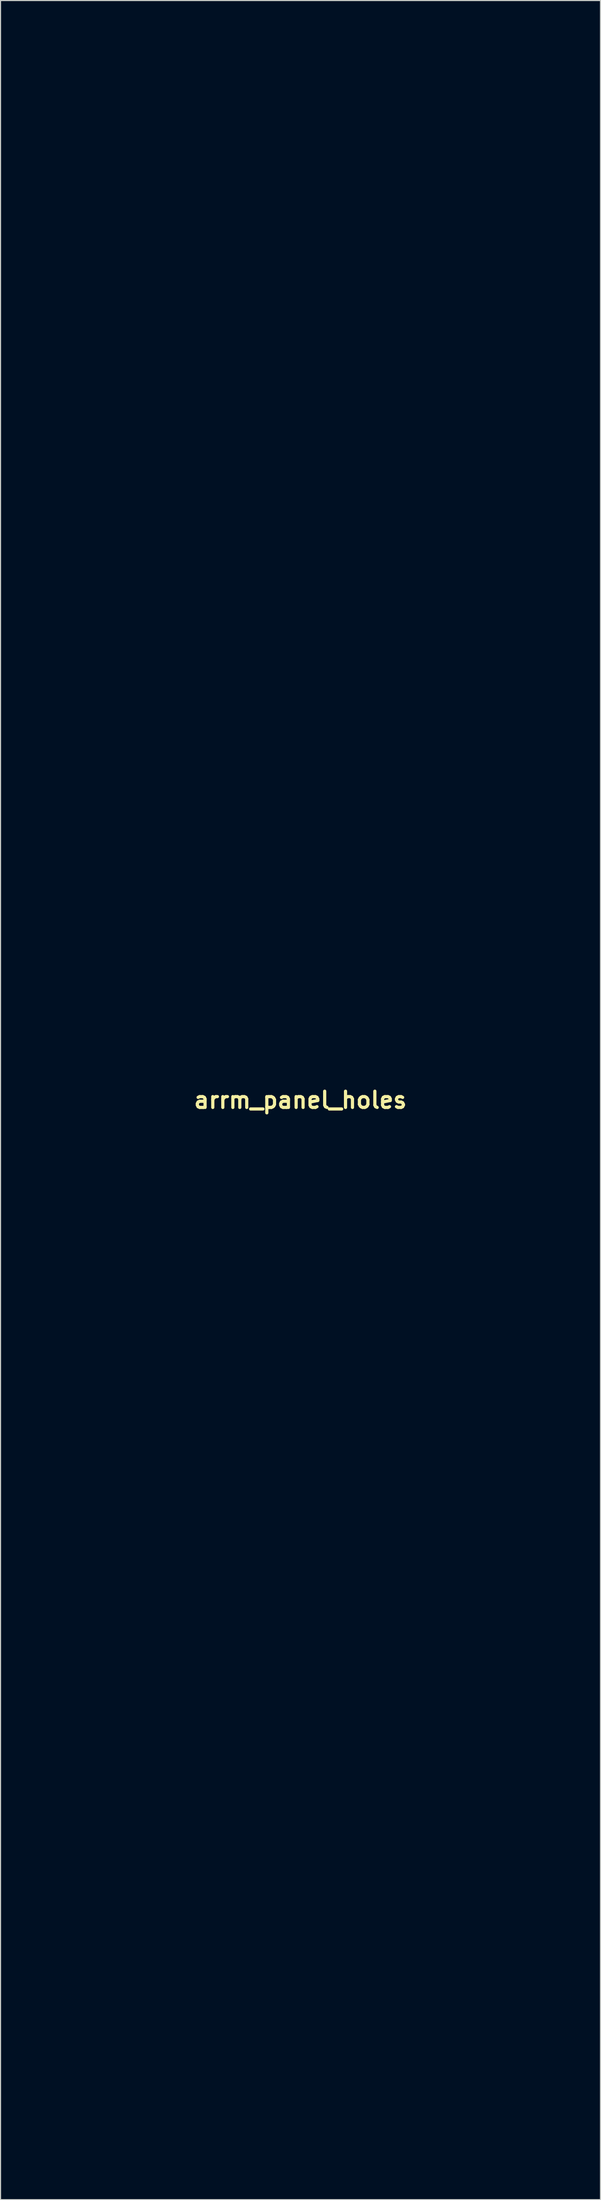
<source format=kicad_pcb>
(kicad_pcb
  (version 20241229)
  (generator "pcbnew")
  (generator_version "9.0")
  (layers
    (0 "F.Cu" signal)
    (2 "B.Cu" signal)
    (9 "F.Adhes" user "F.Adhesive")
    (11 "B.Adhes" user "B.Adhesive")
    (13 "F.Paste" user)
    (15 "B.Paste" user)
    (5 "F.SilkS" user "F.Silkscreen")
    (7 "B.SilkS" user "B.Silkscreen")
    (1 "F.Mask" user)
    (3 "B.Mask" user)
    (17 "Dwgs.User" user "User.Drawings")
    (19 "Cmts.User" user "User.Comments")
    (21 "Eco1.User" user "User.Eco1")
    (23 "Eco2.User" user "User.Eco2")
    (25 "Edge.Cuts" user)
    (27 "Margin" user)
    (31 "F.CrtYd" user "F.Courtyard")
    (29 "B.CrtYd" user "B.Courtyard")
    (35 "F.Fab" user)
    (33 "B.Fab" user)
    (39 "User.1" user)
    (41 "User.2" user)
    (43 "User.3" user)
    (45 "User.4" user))
  (footprint "arrm_panel_holes"
    (layer "F.Cu")
    (at 25.196 100.277)
    (property "Reference" "arrm_panel_holes" (at 0 0 0) (layer "F.SilkS") (effects (font (size 1.524 1.524) (thickness 0.3))))
    (attr board_only exclude_from_pos_files exclude_from_bom)
    (fp_poly (pts (xy -20.377 95.492) (xy -20.111 95.494) (xy -19.855 95.496) (xy -19.615 95.5) (xy -19.397 95.504) (xy -19.205 95.51) (xy -19.045 95.516) (xy -18.923 95.524) (xy -18.844 95.533) (xy -18.828 95.536) (xy -18.563 95.629) (xy -18.321 95.765) (xy -18.105 95.939) (xy -17.922 96.146) (xy -17.775 96.381) (xy -17.67 96.639) (xy -17.653 96.7) (xy -17.618 96.903) (xy -17.611 97.127) (xy -17.631 97.354) (xy -17.677 97.561) (xy -17.681 97.576) (xy -17.791 97.836) (xy -17.942 98.069) (xy -18.128 98.271) (xy -18.347 98.439) (xy -18.593 98.567) (xy -18.863 98.654) (xy -18.97 98.675) (xy -19.027 98.68) (xy -19.129 98.684) (xy -19.27 98.688) (xy -19.445 98.691) (xy -19.649 98.694) (xy -19.874 98.696) (xy -20.116 98.697) (xy -20.37 98.698) (xy -20.628 98.698) (xy -20.887 98.698) (xy -21.139 98.697) (xy -21.38 98.696) (xy -21.603 98.693) (xy -21.803 98.691) (xy -21.975 98.687) (xy -22.112 98.684) (xy -22.209 98.679) (xy -22.258 98.675) (xy -22.528 98.605) (xy -22.78 98.492) (xy -23.007 98.34) (xy -23.204 98.153) (xy -23.366 97.936) (xy -23.434 97.812) (xy -23.514 97.631) (xy -23.566 97.469) (xy -23.595 97.306) (xy -23.606 97.122) (xy -23.606 97.074) (xy -23.581 96.802) (xy -23.51 96.542) (xy -23.397 96.299) (xy -23.246 96.079) (xy -23.062 95.886) (xy -22.848 95.727) (xy -22.609 95.605) (xy -22.386 95.535) (xy -22.321 95.526) (xy -22.211 95.518) (xy -22.062 95.511) (xy -21.879 95.506) (xy -21.667 95.501) (xy -21.433 95.497) (xy -21.181 95.494) (xy -20.918 95.493) (xy -20.648 95.492)) (stroke (width 0.1) (type solid)) (fill no) (layer "Eco1.User"))
    (fp_poly (pts (xy 0.402 -31.507) (xy 0.773 -31.446) (xy 1.135 -31.342) (xy 1.498 -31.191) (xy 1.564 -31.159) (xy 1.882 -30.983) (xy 2.165 -30.787) (xy 2.427 -30.559) (xy 2.548 -30.437) (xy 2.822 -30.113) (xy 3.052 -29.764) (xy 3.238 -29.39) (xy 3.378 -28.995) (xy 3.471 -28.582) (xy 3.491 -28.413) (xy 3.502 -28.211) (xy 3.504 -27.992) (xy 3.497 -27.771) (xy 3.482 -27.563) (xy 3.459 -27.382) (xy 3.445 -27.307) (xy 3.331 -26.903) (xy 3.175 -26.522) (xy 2.979 -26.168) (xy 2.746 -25.842) (xy 2.481 -25.546) (xy 2.185 -25.283) (xy 1.862 -25.055) (xy 1.515 -24.865) (xy 1.147 -24.715) (xy 0.762 -24.607) (xy 0.362 -24.543) (xy -0.049 -24.527) (xy -0.28 -24.538) (xy -0.692 -24.597) (xy -1.088 -24.702) (xy -1.465 -24.851) (xy -1.819 -25.041) (xy -2.148 -25.27) (xy -2.448 -25.535) (xy -2.717 -25.833) (xy -2.951 -26.162) (xy -3.149 -26.519) (xy -3.306 -26.902) (xy -3.42 -27.307) (xy -3.446 -27.468) (xy -3.465 -27.665) (xy -3.476 -27.881) (xy -3.476 -27.892) (xy -2.492 -27.892) (xy -0.127 -27.892) (xy -0.127 -25.527) (xy 0.153 -25.527) (xy 0.153 -27.892) (xy 2.517 -27.892) (xy 2.517 -28.146) (xy 0.153 -28.146) (xy 0.14 -30.523) (xy -0.114 -30.523) (xy -0.128 -28.146) (xy -2.492 -28.146) (xy -2.492 -27.892) (xy -3.476 -27.892) (xy -3.479 -28.103) (xy -3.472 -28.315) (xy -3.457 -28.503) (xy -3.446 -28.582) (xy -3.352 -28.998) (xy -3.211 -29.393) (xy -3.025 -29.767) (xy -2.795 -30.116) (xy -2.523 -30.437) (xy -2.266 -30.683) (xy -1.995 -30.893) (xy -1.695 -31.077) (xy -1.538 -31.159) (xy -1.174 -31.318) (xy -0.813 -31.431) (xy -0.444 -31.5) (xy -0.059 -31.527) (xy 0.013 -31.527)) (stroke (width 0.1) (type solid)) (fill no) (layer "Eco1.User"))
    (fp_poly (pts (xy 21.003 95.497) (xy 21.336 95.498) (xy 21.62 95.5) (xy 21.858 95.503) (xy 22.05 95.507) (xy 22.198 95.512) (xy 22.303 95.517) (xy 22.367 95.524) (xy 22.376 95.525) (xy 22.627 95.603) (xy 22.865 95.726) (xy 23.084 95.888) (xy 23.275 96.084) (xy 23.402 96.261) (xy 23.526 96.507) (xy 23.602 96.771) (xy 23.63 97.051) (xy 23.63 97.062) (xy 23.625 97.255) (xy 23.603 97.42) (xy 23.56 97.577) (xy 23.49 97.747) (xy 23.46 97.812) (xy 23.322 98.039) (xy 23.143 98.242) (xy 22.929 98.415) (xy 22.686 98.554) (xy 22.451 98.644) (xy 22.417 98.652) (xy 22.376 98.66) (xy 22.323 98.666) (xy 22.255 98.672) (xy 22.167 98.676) (xy 22.056 98.68) (xy 21.918 98.683) (xy 21.748 98.685) (xy 21.542 98.687) (xy 21.297 98.689) (xy 21.009 98.69) (xy 20.709 98.691) (xy 20.424 98.692) (xy 20.151 98.692) (xy 19.895 98.691) (xy 19.66 98.69) (xy 19.452 98.688) (xy 19.275 98.685) (xy 19.133 98.682) (xy 19.033 98.678) (xy 18.977 98.674) (xy 18.974 98.674) (xy 18.703 98.602) (xy 18.451 98.487) (xy 18.224 98.331) (xy 18.026 98.139) (xy 17.863 97.916) (xy 17.739 97.666) (xy 17.707 97.576) (xy 17.659 97.37) (xy 17.637 97.144) (xy 17.642 96.919) (xy 17.675 96.714) (xy 17.678 96.7) (xy 17.772 96.439) (xy 17.909 96.198) (xy 18.084 95.984) (xy 18.291 95.803) (xy 18.522 95.662) (xy 18.588 95.63) (xy 18.647 95.602) (xy 18.705 95.579) (xy 18.764 95.559) (xy 18.83 95.543) (xy 18.906 95.53) (xy 18.997 95.519) (xy 19.107 95.511) (xy 19.24 95.506) (xy 19.4 95.502) (xy 19.592 95.499) (xy 19.819 95.498) (xy 20.086 95.497) (xy 20.397 95.497) (xy 20.621 95.497)) (stroke (width 0.1) (type solid)) (fill no) (layer "Eco1.User"))
    (fp_poly (pts (xy 20.367 -98.697) (xy 20.707 -98.695) (xy 20.749 -98.695) (xy 21.08 -98.693) (xy 21.365 -98.691) (xy 21.608 -98.689) (xy 21.812 -98.686) (xy 21.984 -98.682) (xy 22.126 -98.677) (xy 22.243 -98.669) (xy 22.34 -98.66) (xy 22.421 -98.647) (xy 22.49 -98.631) (xy 22.552 -98.612) (xy 22.61 -98.589) (xy 22.67 -98.562) (xy 22.736 -98.529) (xy 22.781 -98.507) (xy 22.982 -98.383) (xy 23.169 -98.218) (xy 23.332 -98.025) (xy 23.458 -97.815) (xy 23.46 -97.812) (xy 23.539 -97.633) (xy 23.591 -97.473) (xy 23.62 -97.313) (xy 23.63 -97.131) (xy 23.63 -97.062) (xy 23.604 -96.779) (xy 23.531 -96.515) (xy 23.41 -96.271) (xy 23.243 -96.045) (xy 23.051 -95.857) (xy 22.922 -95.764) (xy 22.764 -95.675) (xy 22.594 -95.597) (xy 22.433 -95.541) (xy 22.362 -95.524) (xy 22.309 -95.519) (xy 22.21 -95.514) (xy 22.072 -95.509) (xy 21.9 -95.505) (xy 21.7 -95.501) (xy 21.477 -95.497) (xy 21.236 -95.494) (xy 20.984 -95.492) (xy 20.726 -95.49) (xy 20.468 -95.488) (xy 20.215 -95.488) (xy 19.972 -95.488) (xy 19.746 -95.488) (xy 19.543 -95.49) (xy 19.366 -95.492) (xy 19.224 -95.495) (xy 19.12 -95.499) (xy 19.078 -95.501) (xy 18.81 -95.55) (xy 18.557 -95.644) (xy 18.324 -95.78) (xy 18.116 -95.952) (xy 17.938 -96.157) (xy 17.796 -96.39) (xy 17.693 -96.647) (xy 17.678 -96.7) (xy 17.644 -96.903) (xy 17.637 -97.127) (xy 17.656 -97.354) (xy 17.702 -97.561) (xy 17.707 -97.576) (xy 17.814 -97.828) (xy 17.962 -98.059) (xy 18.145 -98.262) (xy 18.359 -98.431) (xy 18.595 -98.561) (xy 18.693 -98.6) (xy 18.756 -98.62) (xy 18.818 -98.638) (xy 18.884 -98.653) (xy 18.959 -98.666) (xy 19.047 -98.676) (xy 19.151 -98.684) (xy 19.277 -98.69) (xy 19.428 -98.694) (xy 19.608 -98.697) (xy 19.822 -98.698) (xy 20.074 -98.698)) (stroke (width 0.1) (type solid)) (fill no) (layer "Eco1.User"))
    (fp_poly (pts (xy -19.605 -98.697) (xy -19.421 -98.694) (xy -19.267 -98.69) (xy -19.139 -98.685) (xy -19.032 -98.677) (xy -18.943 -98.667) (xy -18.867 -98.655) (xy -18.8 -98.64) (xy -18.737 -98.622) (xy -18.675 -98.602) (xy -18.668 -98.6) (xy -18.424 -98.487) (xy -18.2 -98.333) (xy -18.004 -98.142) (xy -17.842 -97.921) (xy -17.718 -97.677) (xy -17.681 -97.576) (xy -17.633 -97.366) (xy -17.611 -97.136) (xy -17.618 -96.906) (xy -17.654 -96.697) (xy -17.654 -96.696) (xy -17.738 -96.465) (xy -17.862 -96.242) (xy -18.018 -96.036) (xy -18.2 -95.857) (xy -18.398 -95.714) (xy -18.484 -95.667) (xy -18.555 -95.633) (xy -18.618 -95.604) (xy -18.68 -95.579) (xy -18.743 -95.559) (xy -18.813 -95.542) (xy -18.894 -95.528) (xy -18.99 -95.518) (xy -19.106 -95.509) (xy -19.246 -95.503) (xy -19.415 -95.499) (xy -19.617 -95.496) (xy -19.856 -95.494) (xy -20.136 -95.492) (xy -20.463 -95.491) (xy -20.483 -95.491) (xy -20.758 -95.49) (xy -21.019 -95.489) (xy -21.263 -95.489) (xy -21.485 -95.489) (xy -21.679 -95.489) (xy -21.84 -95.489) (xy -21.965 -95.49) (xy -22.048 -95.491) (xy -22.082 -95.492) (xy -22.37 -95.533) (xy -22.638 -95.622) (xy -22.885 -95.756) (xy -23.111 -95.938) (xy -23.161 -95.986) (xy -23.34 -96.204) (xy -23.474 -96.443) (xy -23.562 -96.703) (xy -23.602 -96.98) (xy -23.605 -97.062) (xy -23.6 -97.255) (xy -23.578 -97.42) (xy -23.534 -97.577) (xy -23.465 -97.747) (xy -23.434 -97.812) (xy -23.296 -98.039) (xy -23.118 -98.242) (xy -22.904 -98.415) (xy -22.661 -98.553) (xy -22.425 -98.644) (xy -22.391 -98.653) (xy -22.349 -98.66) (xy -22.294 -98.667) (xy -22.224 -98.672) (xy -22.133 -98.677) (xy -22.018 -98.681) (xy -21.875 -98.684) (xy -21.7 -98.687) (xy -21.488 -98.689) (xy -21.236 -98.692) (xy -20.94 -98.694) (xy -20.724 -98.695) (xy -20.378 -98.697) (xy -20.08 -98.698) (xy -19.823 -98.698)) (stroke (width 0.1) (type solid)) (fill no) (layer "Eco1.User"))
    (fp_poly (pts (xy -12.169 70.08) (xy -11.703 70.132) (xy -11.242 70.228) (xy -10.792 70.367) (xy -10.353 70.55) (xy -9.931 70.776) (xy -9.529 71.045) (xy -9.148 71.357) (xy -8.96 71.537) (xy -8.621 71.913) (xy -8.323 72.318) (xy -8.07 72.747) (xy -7.861 73.199) (xy -7.697 73.671) (xy -7.58 74.162) (xy -7.523 74.552) (xy -7.509 74.746) (xy -7.504 74.973) (xy -7.507 75.217) (xy -7.519 75.463) (xy -7.538 75.695) (xy -7.563 75.898) (xy -7.574 75.959) (xy -7.692 76.455) (xy -7.855 76.931) (xy -8.063 77.383) (xy -8.313 77.81) (xy -8.603 78.209) (xy -8.932 78.578) (xy -9.298 78.914) (xy -9.699 79.216) (xy -10.134 79.48) (xy -10.201 79.516) (xy -10.644 79.721) (xy -11.102 79.878) (xy -11.577 79.988) (xy -12.07 80.052) (xy -12.582 80.069) (xy -12.814 80.062) (xy -13.294 80.013) (xy -13.763 79.916) (xy -14.217 79.774) (xy -14.655 79.589) (xy -15.072 79.363) (xy -15.466 79.099) (xy -15.834 78.799) (xy -16.173 78.465) (xy -16.48 78.1) (xy -16.753 77.707) (xy -16.987 77.287) (xy -17.181 76.843) (xy -17.316 76.434) (xy -17.426 75.949) (xy -17.488 75.46) (xy -17.495 75.208) (xy -15.001 75.208) (xy -12.636 75.208) (xy -12.636 77.573) (xy -12.357 77.573) (xy -12.357 75.208) (xy -9.99 75.208) (xy -9.997 75.075) (xy -10.005 74.941) (xy -12.356 74.928) (xy -12.363 73.753) (xy -12.369 72.577) (xy -12.503 72.569) (xy -12.636 72.562) (xy -12.636 74.929) (xy -15.001 74.929) (xy -15.001 75.208) (xy -17.495 75.208) (xy -17.502 74.972) (xy -17.468 74.488) (xy -17.389 74.012) (xy -17.265 73.546) (xy -17.097 73.095) (xy -16.886 72.662) (xy -16.633 72.249) (xy -16.34 71.861) (xy -16.007 71.501) (xy -15.729 71.25) (xy -15.331 70.948) (xy -14.914 70.691) (xy -14.479 70.478) (xy -14.031 70.31) (xy -13.573 70.186) (xy -13.107 70.107) (xy -12.638 70.071)) (stroke (width 0.1) (type solid)) (fill no) (layer "Eco1.User"))
    (fp_poly (pts (xy 13.024 70.097) (xy 13.512 70.169) (xy 13.984 70.286) (xy 14.437 70.447) (xy 14.868 70.648) (xy 15.277 70.889) (xy 15.659 71.167) (xy 16.013 71.48) (xy 16.337 71.826) (xy 16.627 72.203) (xy 16.882 72.608) (xy 17.098 73.041) (xy 17.275 73.497) (xy 17.408 73.977) (xy 17.48 74.358) (xy 17.503 74.56) (xy 17.517 74.796) (xy 17.522 75.05) (xy 17.518 75.305) (xy 17.506 75.545) (xy 17.484 75.755) (xy 17.481 75.78) (xy 17.383 76.274) (xy 17.239 76.749) (xy 17.053 77.202) (xy 16.825 77.631) (xy 16.558 78.033) (xy 16.254 78.407) (xy 15.917 78.75) (xy 15.547 79.059) (xy 15.148 79.332) (xy 14.721 79.566) (xy 14.269 79.76) (xy 13.795 79.911) (xy 13.507 79.978) (xy 13.177 80.03) (xy 12.817 80.061) (xy 12.445 80.069) (xy 12.217 80.062) (xy 11.738 80.012) (xy 11.265 79.913) (xy 10.801 79.767) (xy 10.351 79.575) (xy 9.919 79.34) (xy 9.51 79.063) (xy 9.211 78.82) (xy 8.861 78.48) (xy 8.547 78.106) (xy 8.27 77.702) (xy 8.034 77.271) (xy 7.839 76.818) (xy 7.689 76.347) (xy 7.584 75.861) (xy 7.55 75.616) (xy 7.535 75.423) (xy 7.529 75.208) (xy 10.015 75.208) (xy 12.382 75.208) (xy 12.382 77.573) (xy 12.662 77.573) (xy 12.662 75.208) (xy 15.026 75.208) (xy 15.026 74.929) (xy 12.662 74.929) (xy 12.662 72.562) (xy 12.528 72.569) (xy 12.395 72.577) (xy 12.388 73.753) (xy 12.382 74.928) (xy 10.03 74.941) (xy 10.023 75.075) (xy 10.015 75.208) (xy 7.529 75.208) (xy 7.529 75.196) (xy 7.532 74.951) (xy 7.542 74.703) (xy 7.56 74.468) (xy 7.585 74.261) (xy 7.599 74.179) (xy 7.716 73.689) (xy 7.877 73.221) (xy 8.08 72.777) (xy 8.321 72.359) (xy 8.599 71.97) (xy 8.911 71.611) (xy 9.255 71.284) (xy 9.627 70.991) (xy 10.027 70.735) (xy 10.45 70.518) (xy 10.895 70.341) (xy 11.359 70.207) (xy 11.84 70.118) (xy 12.336 70.076) (xy 12.522 70.072)) (stroke (width 0.1) (type solid)) (fill no) (layer "Eco1.User"))
    (fp_poly (pts (xy -12.353 45.056) (xy -12.123 45.064) (xy -11.917 45.079) (xy -11.8 45.092) (xy -11.302 45.188) (xy -10.824 45.331) (xy -10.365 45.52) (xy -9.928 45.755) (xy -9.514 46.035) (xy -9.125 46.359) (xy -8.962 46.515) (xy -8.621 46.891) (xy -8.324 47.293) (xy -8.07 47.722) (xy -7.86 48.175) (xy -7.695 48.651) (xy -7.576 49.148) (xy -7.574 49.159) (xy -7.546 49.348) (xy -7.525 49.572) (xy -7.51 49.815) (xy -7.504 50.062) (xy -7.506 50.296) (xy -7.517 50.504) (xy -7.523 50.567) (xy -7.603 51.069) (xy -7.73 51.555) (xy -7.904 52.023) (xy -8.122 52.469) (xy -8.385 52.892) (xy -8.69 53.288) (xy -8.945 53.566) (xy -9.315 53.904) (xy -9.714 54.202) (xy -10.139 54.458) (xy -10.585 54.671) (xy -11.05 54.838) (xy -11.531 54.957) (xy -11.837 55.008) (xy -12.037 55.027) (xy -12.269 55.039) (xy -12.516 55.042) (xy -12.762 55.038) (xy -12.99 55.026) (xy -13.178 55.007) (xy -13.666 54.916) (xy -14.135 54.779) (xy -14.583 54.598) (xy -15.008 54.378) (xy -15.409 54.119) (xy -15.781 53.824) (xy -16.123 53.496) (xy -16.434 53.138) (xy -16.709 52.751) (xy -16.947 52.339) (xy -17.146 51.904) (xy -17.303 51.448) (xy -17.416 50.975) (xy -17.483 50.485) (xy -17.49 50.389) (xy -17.494 50.19) (xy -15.001 50.19) (xy -12.636 50.19) (xy -12.636 52.557) (xy -12.503 52.549) (xy -12.369 52.542) (xy -12.356 50.19) (xy -10.005 50.177) (xy -9.997 50.044) (xy -9.99 49.91) (xy -12.357 49.91) (xy -12.357 47.546) (xy -12.636 47.546) (xy -12.636 49.91) (xy -15.001 49.91) (xy -15.001 50.19) (xy -17.494 50.19) (xy -17.499 49.888) (xy -17.459 49.397) (xy -17.374 48.92) (xy -17.244 48.459) (xy -17.072 48.015) (xy -16.86 47.593) (xy -16.61 47.194) (xy -16.325 46.821) (xy -16.005 46.476) (xy -15.653 46.161) (xy -15.271 45.881) (xy -14.862 45.636) (xy -14.427 45.429) (xy -13.967 45.263) (xy -13.486 45.141) (xy -13.217 45.094) (xy -13.039 45.074) (xy -12.826 45.061) (xy -12.592 45.055)) (stroke (width 0.1) (type solid)) (fill no) (layer "Eco1.User"))
    (fp_poly (pts (xy 0.381 10.534) (xy 0.72 10.58) (xy 1.043 10.662) (xy 1.363 10.782) (xy 1.564 10.875) (xy 1.932 11.086) (xy 2.268 11.334) (xy 2.568 11.617) (xy 2.831 11.932) (xy 3.055 12.277) (xy 3.237 12.649) (xy 3.377 13.045) (xy 3.472 13.462) (xy 3.474 13.475) (xy 3.491 13.622) (xy 3.5 13.802) (xy 3.503 14.003) (xy 3.498 14.209) (xy 3.487 14.407) (xy 3.47 14.584) (xy 3.448 14.724) (xy 3.446 14.732) (xy 3.329 15.14) (xy 3.168 15.525) (xy 2.967 15.885) (xy 2.728 16.217) (xy 2.454 16.518) (xy 2.149 16.785) (xy 1.814 17.015) (xy 1.452 17.207) (xy 1.067 17.356) (xy 0.685 17.455) (xy 0.567 17.473) (xy 0.412 17.488) (xy 0.236 17.498) (xy 0.052 17.505) (xy -0.126 17.507) (xy -0.284 17.504) (xy -0.409 17.495) (xy -0.43 17.492) (xy -0.849 17.409) (xy -1.248 17.28) (xy -1.624 17.108) (xy -1.974 16.896) (xy -2.296 16.646) (xy -2.586 16.359) (xy -2.842 16.039) (xy -3.06 15.688) (xy -3.24 15.307) (xy -3.318 15.094) (xy -3.389 14.854) (xy -3.439 14.624) (xy -3.468 14.389) (xy -3.479 14.137) (xy -2.492 14.137) (xy -0.127 14.137) (xy -0.127 15.315) (xy -0.127 15.555) (xy -0.126 15.779) (xy -0.124 15.983) (xy -0.122 16.16) (xy -0.119 16.307) (xy -0.116 16.418) (xy -0.112 16.488) (xy -0.109 16.511) (xy -0.075 16.52) (xy -0.009 16.523) (xy 0.024 16.521) (xy 0.14 16.514) (xy 0.146 15.325) (xy 0.153 14.137) (xy 2.517 14.137) (xy 2.517 13.882) (xy 0.153 13.882) (xy 0.153 11.518) (xy -0.127 11.518) (xy -0.127 13.882) (xy -2.492 13.882) (xy -2.492 14.137) (xy -3.479 14.137) (xy -3.479 14.135) (xy -3.476 13.885) (xy -3.47 13.71) (xy -3.46 13.571) (xy -3.447 13.453) (xy -3.428 13.342) (xy -3.401 13.222) (xy -3.386 13.164) (xy -3.256 12.76) (xy -3.084 12.379) (xy -2.87 12.026) (xy -2.618 11.702) (xy -2.329 11.411) (xy -2.007 11.155) (xy -1.653 10.938) (xy -1.493 10.857) (xy -1.201 10.73) (xy -0.929 10.637) (xy -0.66 10.572) (xy -0.381 10.534) (xy -0.075 10.519) (xy 0.013 10.519)) (stroke (width 0.1) (type solid)) (fill no) (layer "Eco1.User"))
    (fp_poly (pts (xy 0.327 -73.551) (xy 0.613 -73.517) (xy 0.891 -73.457) (xy 1.11 -73.391) (xy 1.503 -73.233) (xy 1.869 -73.034) (xy 2.205 -72.796) (xy 2.509 -72.522) (xy 2.778 -72.214) (xy 3.011 -71.875) (xy 3.204 -71.509) (xy 3.355 -71.118) (xy 3.445 -70.784) (xy 3.472 -70.624) (xy 3.491 -70.429) (xy 3.501 -70.213) (xy 3.504 -69.992) (xy 3.498 -69.78) (xy 3.483 -69.592) (xy 3.472 -69.509) (xy 3.389 -69.144) (xy 3.264 -68.776) (xy 3.102 -68.42) (xy 2.908 -68.09) (xy 2.89 -68.064) (xy 2.787 -67.928) (xy 2.654 -67.775) (xy 2.501 -67.615) (xy 2.339 -67.46) (xy 2.18 -67.319) (xy 2.035 -67.205) (xy 1.983 -67.169) (xy 1.625 -66.958) (xy 1.26 -66.794) (xy 0.879 -66.672) (xy 0.725 -66.635) (xy 0.612 -66.617) (xy 0.464 -66.601) (xy 0.295 -66.587) (xy 0.116 -66.577) (xy -0.058 -66.572) (xy -0.215 -66.571) (xy -0.34 -66.576) (xy -0.381 -66.58) (xy -0.796 -66.657) (xy -1.194 -66.779) (xy -1.572 -66.946) (xy -1.926 -67.153) (xy -2.253 -67.399) (xy -2.549 -67.68) (xy -2.811 -67.996) (xy -3.035 -68.342) (xy -3.112 -68.486) (xy -3.233 -68.758) (xy -3.337 -69.054) (xy -3.416 -69.352) (xy -3.446 -69.509) (xy -3.466 -69.678) (xy -3.477 -69.879) (xy -3.477 -69.945) (xy -2.492 -69.945) (xy -0.127 -69.945) (xy -0.127 -68.767) (xy -0.127 -68.527) (xy -0.126 -68.303) (xy -0.124 -68.099) (xy -0.122 -67.921) (xy -0.119 -67.775) (xy -0.116 -67.664) (xy -0.112 -67.594) (xy -0.109 -67.571) (xy -0.075 -67.562) (xy -0.009 -67.559) (xy 0.024 -67.561) (xy 0.14 -67.568) (xy 0.146 -68.757) (xy 0.153 -69.945) (xy 2.517 -69.945) (xy 2.517 -70.2) (xy 0.153 -70.2) (xy 0.153 -72.564) (xy -0.127 -72.564) (xy -0.127 -70.2) (xy -2.492 -70.2) (xy -2.492 -69.945) (xy -3.477 -69.945) (xy -3.478 -70.097) (xy -3.472 -70.318) (xy -3.457 -70.526) (xy -3.435 -70.706) (xy -3.42 -70.784) (xy -3.305 -71.194) (xy -3.146 -71.581) (xy -2.946 -71.942) (xy -2.706 -72.275) (xy -2.429 -72.577) (xy -2.119 -72.844) (xy -1.777 -73.075) (xy -1.405 -73.267) (xy -1.084 -73.391) (xy -0.801 -73.474) (xy -0.523 -73.528) (xy -0.232 -73.556) (xy 0.013 -73.562)) (stroke (width 0.1) (type solid)) (fill no) (layer "Eco1.User"))
    (fp_poly (pts (xy 12.854 45.064) (xy 13.116 45.083) (xy 13.354 45.111) (xy 13.518 45.14) (xy 13.937 45.246) (xy 14.329 45.38) (xy 14.709 45.547) (xy 15.154 45.794) (xy 15.568 46.078) (xy 15.947 46.398) (xy 16.29 46.751) (xy 16.595 47.135) (xy 16.861 47.547) (xy 17.085 47.985) (xy 17.267 48.446) (xy 17.404 48.929) (xy 17.481 49.338) (xy 17.503 49.542) (xy 17.517 49.78) (xy 17.522 50.034) (xy 17.518 50.289) (xy 17.505 50.528) (xy 17.484 50.736) (xy 17.48 50.761) (xy 17.381 51.256) (xy 17.236 51.73) (xy 17.049 52.183) (xy 16.822 52.611) (xy 16.556 53.012) (xy 16.254 53.385) (xy 15.919 53.726) (xy 15.553 54.033) (xy 15.158 54.304) (xy 14.736 54.537) (xy 14.29 54.73) (xy 13.822 54.88) (xy 13.335 54.985) (xy 13.175 55.008) (xy 12.934 55.031) (xy 12.663 55.042) (xy 12.381 55.041) (xy 12.106 55.029) (xy 11.856 55.005) (xy 11.785 54.995) (xy 11.284 54.893) (xy 10.804 54.745) (xy 10.345 54.551) (xy 9.91 54.313) (xy 9.499 54.032) (xy 9.116 53.707) (xy 9.005 53.6) (xy 8.727 53.303) (xy 8.485 53) (xy 8.27 52.677) (xy 8.073 52.321) (xy 8.018 52.211) (xy 7.829 51.773) (xy 7.687 51.332) (xy 7.59 50.882) (xy 7.538 50.415) (xy 7.526 50.046) (xy 7.532 49.91) (xy 10.015 49.91) (xy 10.023 50.044) (xy 10.03 50.177) (xy 11.206 50.184) (xy 12.382 50.19) (xy 12.382 51.355) (xy 12.383 51.594) (xy 12.384 51.817) (xy 12.385 52.019) (xy 12.387 52.195) (xy 12.39 52.34) (xy 12.393 52.449) (xy 12.396 52.516) (xy 12.399 52.537) (xy 12.433 52.547) (xy 12.498 52.553) (xy 12.539 52.554) (xy 12.662 52.554) (xy 12.662 50.19) (xy 15.026 50.19) (xy 15.026 49.91) (xy 12.662 49.91) (xy 12.662 47.546) (xy 12.382 47.546) (xy 12.382 49.91) (xy 10.015 49.91) (xy 7.532 49.91) (xy 7.55 49.537) (xy 7.623 49.044) (xy 7.744 48.566) (xy 7.914 48.103) (xy 8.133 47.654) (xy 8.364 47.274) (xy 8.663 46.869) (xy 8.997 46.5) (xy 9.364 46.169) (xy 9.761 45.877) (xy 10.185 45.626) (xy 10.634 45.417) (xy 11.107 45.252) (xy 11.6 45.132) (xy 11.848 45.09) (xy 12.064 45.068) (xy 12.313 45.056) (xy 12.581 45.055)) (stroke (width 0.1) (type solid)) (fill no) (layer "Eco1.User"))
    (fp_poly (pts (xy 25.171 100.227) (xy -25.146 100.227) (xy -25.146 47.954) (xy -24.887 47.954) (xy -24.887 49.803) (xy -24.887 51.627) (xy -24.887 53.426) (xy -24.887 55.2) (xy -24.887 56.948) (xy -24.887 58.67) (xy -24.887 60.364) (xy -24.887 62.031) (xy -24.887 63.67) (xy -24.887 65.28) (xy -24.886 66.861) (xy -24.886 68.412) (xy -24.886 69.932) (xy -24.886 71.422) (xy -24.886 72.881) (xy -24.886 74.308) (xy -24.886 75.702) (xy -24.886 77.063) (xy -24.886 78.391) (xy -24.886 79.684) (xy -24.886 80.943) (xy -24.885 82.167) (xy -24.885 83.355) (xy -24.885 84.507) (xy -24.885 85.622) (xy -24.885 86.699) (xy -24.885 87.739) (xy -24.885 88.74) (xy -24.884 89.702) (xy -24.884 90.625) (xy -24.884 91.507) (xy -24.884 92.349) (xy -24.884 93.15) (xy -24.883 93.909) (xy -24.883 94.626) (xy -24.883 95.3) (xy -24.883 95.931) (xy -24.883 96.518) (xy -24.882 97.06) (xy -24.882 97.558) (xy -24.882 98.01) (xy -24.882 98.416) (xy -24.881 98.775) (xy -24.881 99.087) (xy -24.881 99.352) (xy -24.881 99.568) (xy -24.88 99.736) (xy -24.88 99.854) (xy -24.88 99.922) (xy -24.88 99.941) (xy -24.87 99.943) (xy -24.843 99.945) (xy -24.797 99.946) (xy -24.732 99.948) (xy -24.647 99.949) (xy -24.54 99.951) (xy -24.412 99.952) (xy -24.261 99.953) (xy -24.087 99.955) (xy -23.888 99.956) (xy -23.664 99.957) (xy -23.415 99.958) (xy -23.138 99.959) (xy -22.835 99.96) (xy -22.502 99.961) (xy -22.141 99.962) (xy -21.75 99.963) (xy -21.328 99.963) (xy -20.875 99.964) (xy -20.389 99.965) (xy -19.87 99.965) (xy -19.317 99.966) (xy -18.73 99.966) (xy -18.106 99.967) (xy -17.447 99.967) (xy -16.75 99.967) (xy -16.015 99.968) (xy -15.242 99.968) (xy -14.429 99.968) (xy -13.575 99.968) (xy -12.68 99.968) (xy -11.743 99.968) (xy -10.764 99.968) (xy -9.741 99.968) (xy -8.673 99.968) (xy -7.56 99.968) (xy -6.401 99.968) (xy -5.195 99.968) (xy -3.941 99.967) (xy -2.639 99.967) (xy -1.288 99.967) (xy 0.018 99.966) (xy 24.904 99.96) (xy 24.904 -99.96) (xy -24.879 -99.96) (xy -24.885 -0.025) (xy -24.885 2.233) (xy -24.886 4.479) (xy -24.886 6.713) (xy -24.886 8.933) (xy -24.886 11.141) (xy -24.886 13.334) (xy -24.886 15.513) (xy -24.886 17.677) (xy -24.886 19.825) (xy -24.886 21.957) (xy -24.886 24.072) (xy -24.887 26.17) (xy -24.887 28.251) (xy -24.887 30.312) (xy -24.887 32.355) (xy -24.887 34.379) (xy -24.887 36.383) (xy -24.887 38.366) (xy -24.887 40.328) (xy -24.887 42.268) (xy -24.887 44.186) (xy -24.887 46.082) (xy -24.887 47.954) (xy -25.146 47.954) (xy -25.146 -100.227) (xy 25.171 -100.227)) (stroke (width 0.1) (type solid)) (fill no) (layer "Eco1.User")))
  (gr_rect
    (start -3 -3)
    (end 53.417 203.554)
    (stroke (width 0.1) (type default))
    (fill no)
    (layer "Edge.Cuts")))
</source>
